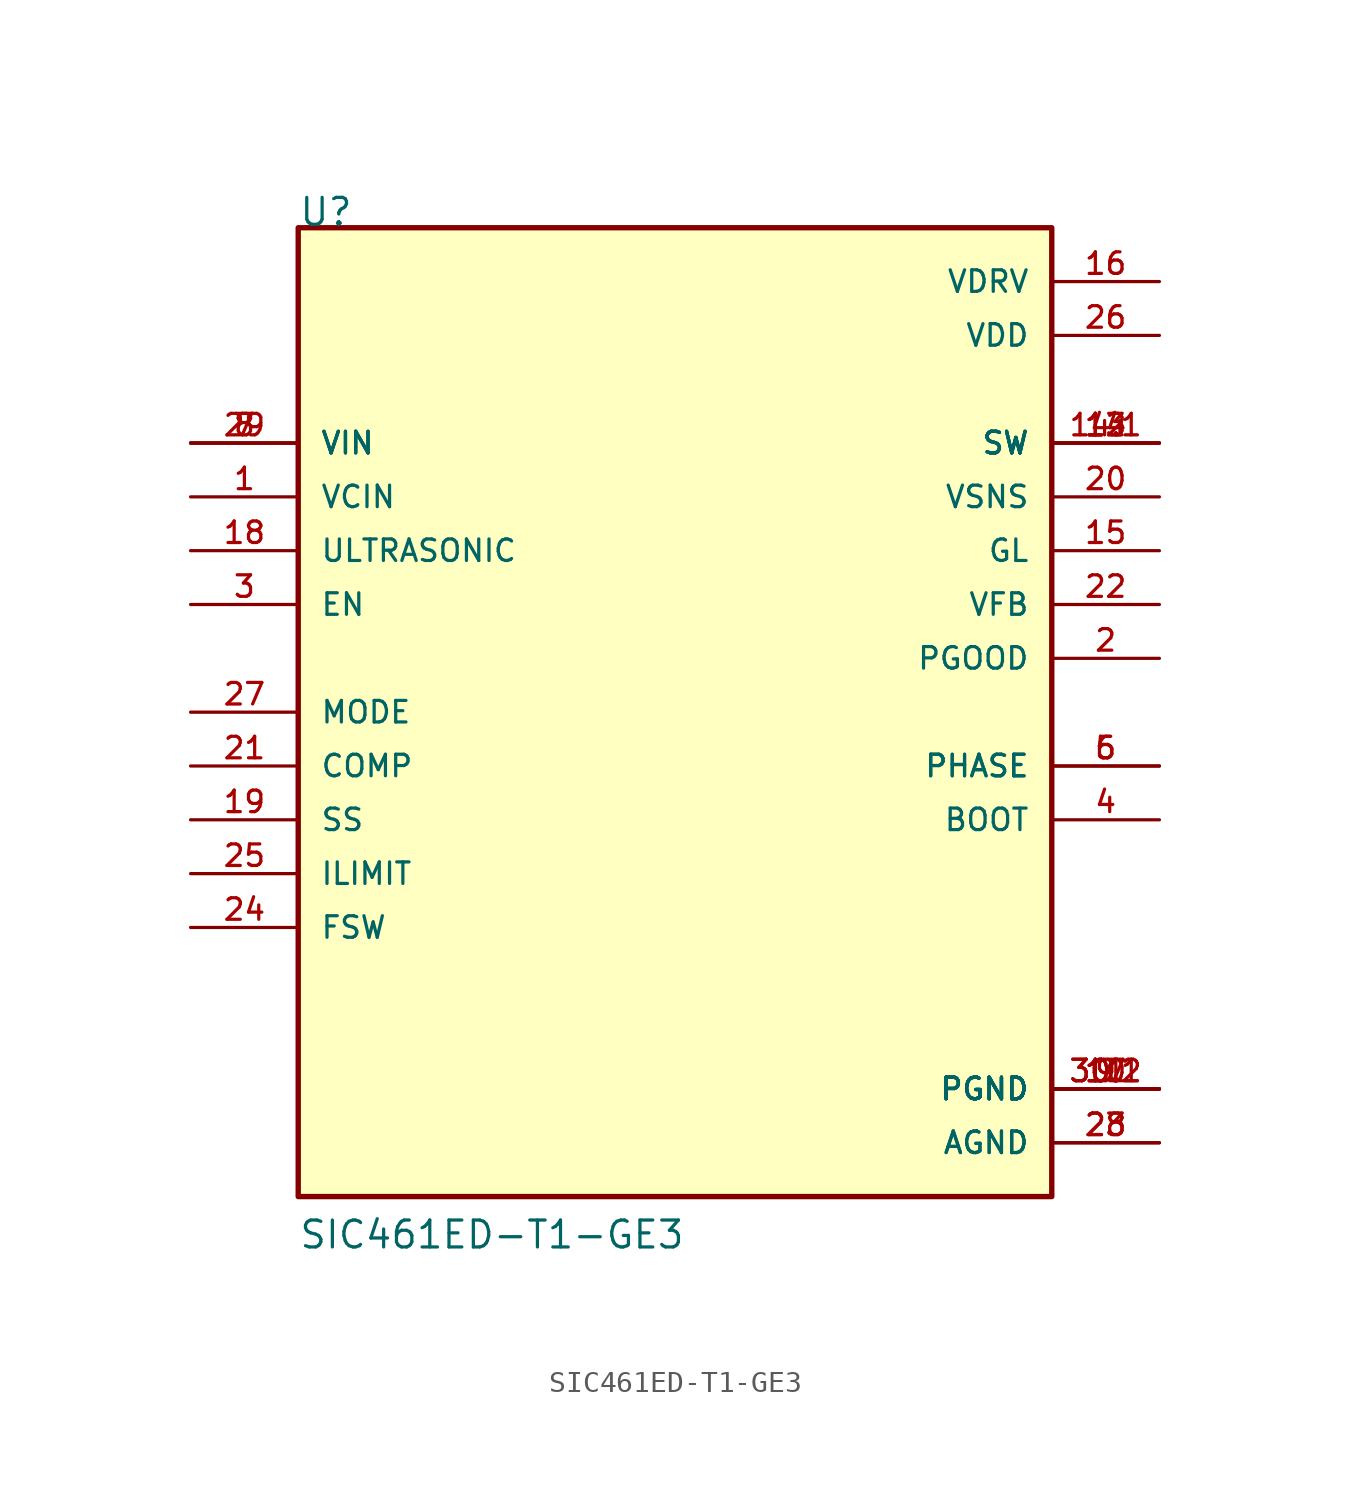
<source format=kicad_sym>
(kicad_symbol_lib
  (version 20211014)
  (generator kicad_symbol_editor)
  (symbol "SIC461ED-T1-GE3"
    (pin_names
      (offset 1.016))
    (property "Reference" "U"
      (at -17.78 22.86 0)
      (effects (font (size 1.27 1.27)) (justify bottom left)))
    (property "Value" "SIC461ED-T1-GE3"
      (at -17.78 -25.4 0)
      (effects (font (size 1.27 1.27)) (justify bottom left)))
    (symbol "SIC461ED-T1-GE3_0_0"
      (rectangle (start -17.78 -22.86) (end 17.78 22.86) (stroke (width 0.254)) (fill (type background)))
      (pin input line (at -22.86 10.16 0) (length 5.08) (name "VCIN" (effects (font (size 1.016 1.016)))) (number "1" (effects (font (size 1.016 1.016)))))
      (pin output line (at 22.86 2.54 180.0) (length 5.08) (name "PGOOD" (effects (font (size 1.016 1.016)))) (number "2" (effects (font (size 1.016 1.016)))))
      (pin input line (at -22.86 5.08 0) (length 5.08) (name "EN" (effects (font (size 1.016 1.016)))) (number "3" (effects (font (size 1.016 1.016)))))
      (pin passive line (at 22.86 -5.08 180.0) (length 5.08) (name "BOOT" (effects (font (size 1.016 1.016)))) (number "4" (effects (font (size 1.016 1.016)))))
      (pin output line (at 22.86 -2.54 180.0) (length 5.08) (name "PHASE" (effects (font (size 1.016 1.016)))) (number "5" (effects (font (size 1.016 1.016)))))
      (pin output line (at 22.86 -2.54 180.0) (length 5.08) (name "PHASE" (effects (font (size 1.016 1.016)))) (number "6" (effects (font (size 1.016 1.016)))))
      (pin input line (at -22.86 12.7 0) (length 5.08) (name "VIN" (effects (font (size 1.016 1.016)))) (number "7" (effects (font (size 1.016 1.016)))))
      (pin input line (at -22.86 12.7 0) (length 5.08) (name "VIN" (effects (font (size 1.016 1.016)))) (number "8" (effects (font (size 1.016 1.016)))))
      (pin input line (at -22.86 12.7 0) (length 5.08) (name "VIN" (effects (font (size 1.016 1.016)))) (number "29" (effects (font (size 1.016 1.016)))))
      (pin power_in line (at 22.86 -17.78 180.0) (length 5.08) (name "PGND" (effects (font (size 1.016 1.016)))) (number "9" (effects (font (size 1.016 1.016)))))
      (pin power_in line (at 22.86 -17.78 180.0) (length 5.08) (name "PGND" (effects (font (size 1.016 1.016)))) (number "10" (effects (font (size 1.016 1.016)))))
      (pin power_in line (at 22.86 -17.78 180.0) (length 5.08) (name "PGND" (effects (font (size 1.016 1.016)))) (number "11" (effects (font (size 1.016 1.016)))))
      (pin power_in line (at 22.86 -17.78 180.0) (length 5.08) (name "PGND" (effects (font (size 1.016 1.016)))) (number "17" (effects (font (size 1.016 1.016)))))
      (pin power_in line (at 22.86 -17.78 180.0) (length 5.08) (name "PGND" (effects (font (size 1.016 1.016)))) (number "30.1" (effects (font (size 1.016 1.016)))))
      (pin power_in line (at 22.86 -17.78 180.0) (length 5.08) (name "PGND" (effects (font (size 1.016 1.016)))) (number "30.2" (effects (font (size 1.016 1.016)))))
      (pin output line (at 22.86 12.7 180.0) (length 5.08) (name "SW" (effects (font (size 1.016 1.016)))) (number "12" (effects (font (size 1.016 1.016)))))
      (pin output line (at 22.86 12.7 180.0) (length 5.08) (name "SW" (effects (font (size 1.016 1.016)))) (number "13" (effects (font (size 1.016 1.016)))))
      (pin output line (at 22.86 12.7 180.0) (length 5.08) (name "SW" (effects (font (size 1.016 1.016)))) (number "14" (effects (font (size 1.016 1.016)))))
      (pin output line (at 22.86 12.7 180.0) (length 5.08) (name "SW" (effects (font (size 1.016 1.016)))) (number "14.1" (effects (font (size 1.016 1.016)))))
      (pin output line (at 22.86 7.62 180.0) (length 5.08) (name "GL" (effects (font (size 1.016 1.016)))) (number "15" (effects (font (size 1.016 1.016)))))
      (pin power_in line (at 22.86 20.32 180.0) (length 5.08) (name "VDRV" (effects (font (size 1.016 1.016)))) (number "16" (effects (font (size 1.016 1.016)))))
      (pin input line (at -22.86 7.62 0) (length 5.08) (name "ULTRASONIC" (effects (font (size 1.016 1.016)))) (number "18" (effects (font (size 1.016 1.016)))))
      (pin passive line (at -22.86 -5.08 0) (length 5.08) (name "SS" (effects (font (size 1.016 1.016)))) (number "19" (effects (font (size 1.016 1.016)))))
      (pin input line (at 22.86 10.16 180.0) (length 5.08) (name "VSNS" (effects (font (size 1.016 1.016)))) (number "20" (effects (font (size 1.016 1.016)))))
      (pin passive line (at -22.86 -2.54 0) (length 5.08) (name "COMP" (effects (font (size 1.016 1.016)))) (number "21" (effects (font (size 1.016 1.016)))))
      (pin input line (at 22.86 5.08 180.0) (length 5.08) (name "VFB" (effects (font (size 1.016 1.016)))) (number "22" (effects (font (size 1.016 1.016)))))
      (pin power_in line (at 22.86 -20.32 180.0) (length 5.08) (name "AGND" (effects (font (size 1.016 1.016)))) (number "23" (effects (font (size 1.016 1.016)))))
      (pin power_in line (at 22.86 -20.32 180.0) (length 5.08) (name "AGND" (effects (font (size 1.016 1.016)))) (number "28" (effects (font (size 1.016 1.016)))))
      (pin passive line (at -22.86 -10.16 0) (length 5.08) (name "FSW" (effects (font (size 1.016 1.016)))) (number "24" (effects (font (size 1.016 1.016)))))
      (pin passive line (at -22.86 -7.62 0) (length 5.08) (name "ILIMIT" (effects (font (size 1.016 1.016)))) (number "25" (effects (font (size 1.016 1.016)))))
      (pin power_in line (at 22.86 17.78 180.0) (length 5.08) (name "VDD" (effects (font (size 1.016 1.016)))) (number "26" (effects (font (size 1.016 1.016)))))
      (pin input line (at -22.86 0.0 0) (length 5.08) (name "MODE" (effects (font (size 1.016 1.016)))) (number "27" (effects (font (size 1.016 1.016))))))))
</source>
